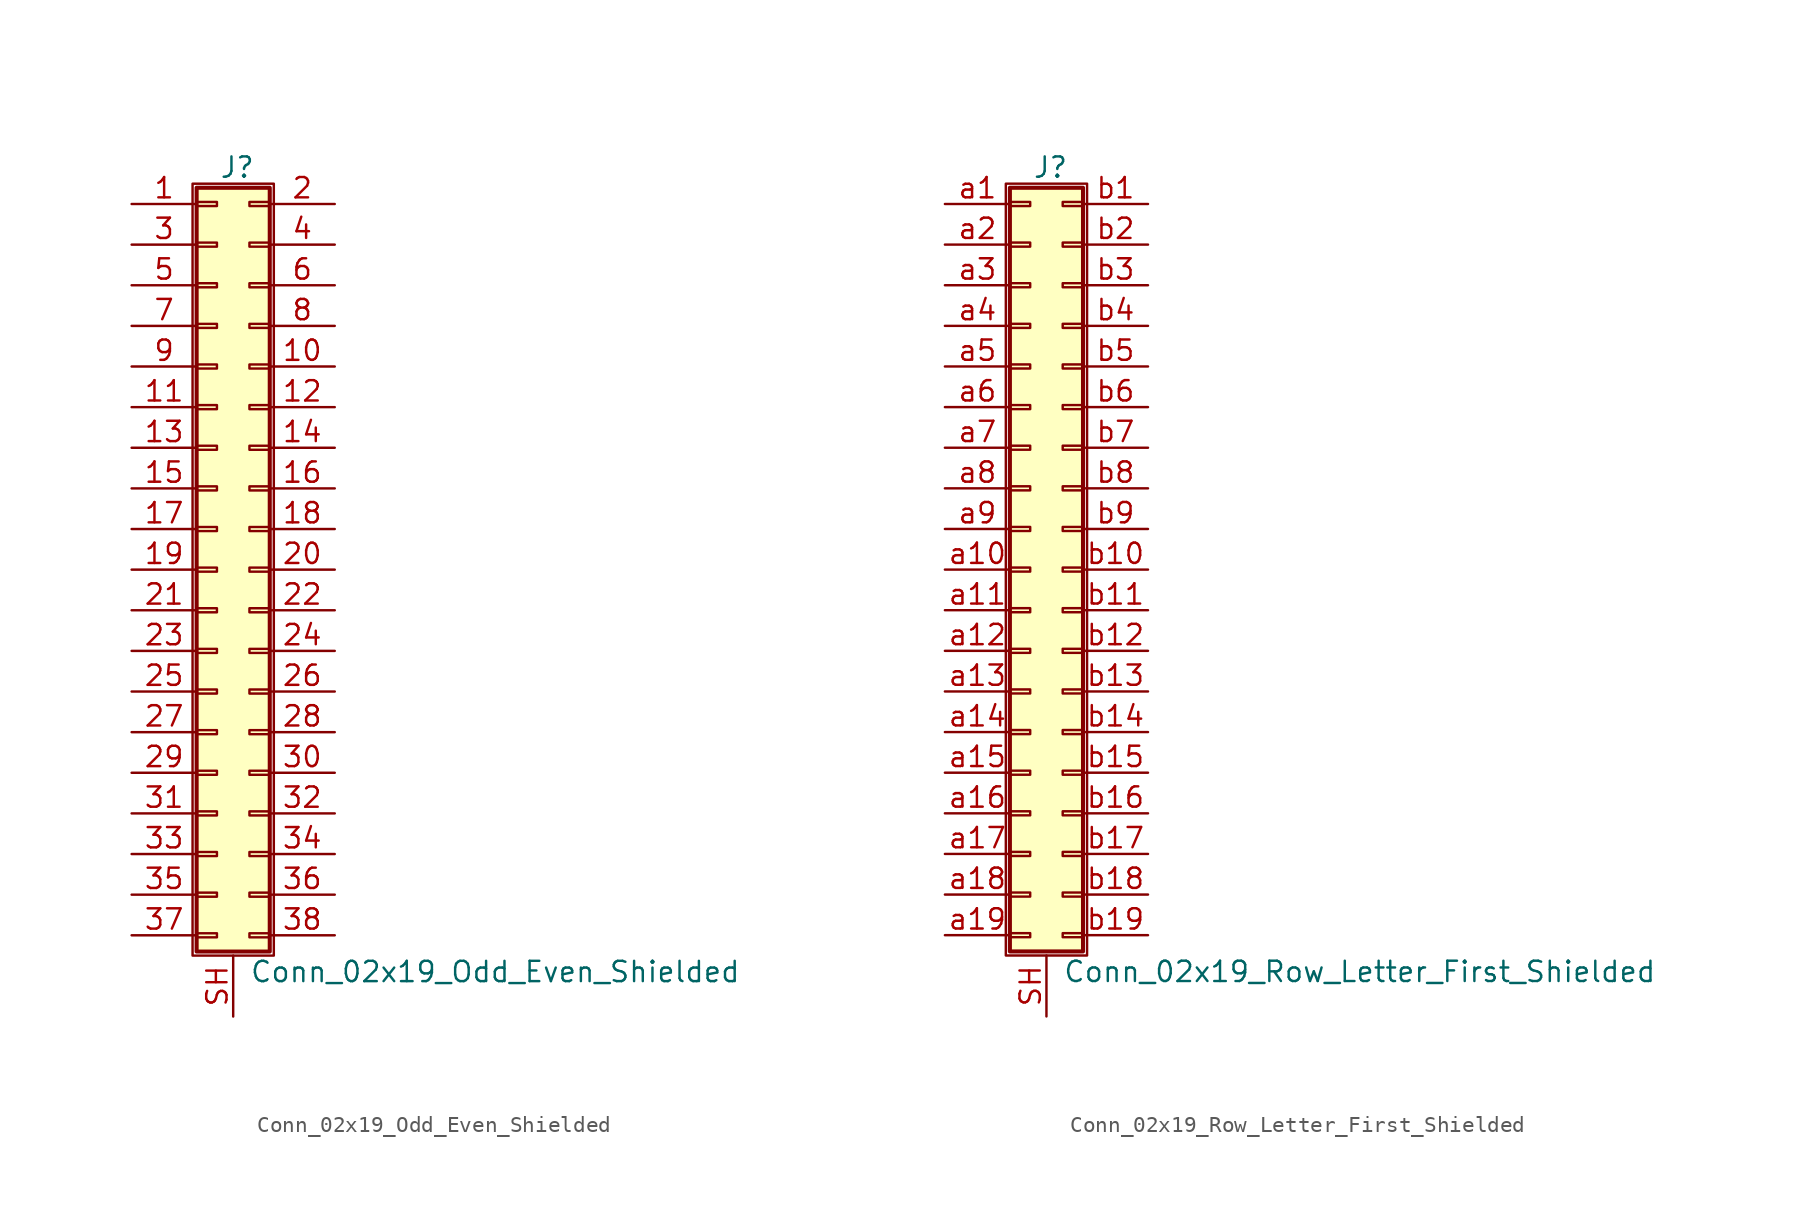
<source format=kicad_sym>
(kicad_symbol_lib
  (version 20211014)
  (generator kicad_symbol_editor)
  (symbol "Conn_02x19_Odd_Even_Shielded"
    (pin_names
      (offset 1.016) hide)
    (property "Reference" "J"
      (at 1.524 25.146 0)
      (effects (font (size 1.27 1.27))))
    (property "Value" "Conn_02x19_Odd_Even_Shielded"
      (at 2.286 -25.146 0)
      (effects (font (size 1.27 1.27)) (justify left)))
    (symbol "Conn_02x19_Odd_Even_Shielded_1_1"
      (rectangle (start -1.27 24.13) (end 3.81 -24.13) (stroke (width 0.152) (type default) (color 0 0 0 0)) (fill (type none)))
      (rectangle (start -1.016 -22.733) (end 0.254 -22.987) (stroke (width 0.152) (type default) (color 0 0 0 0)) (fill (type none)))
      (rectangle (start -1.016 -20.193) (end 0.254 -20.447) (stroke (width 0.152) (type default) (color 0 0 0 0)) (fill (type none)))
      (rectangle (start -1.016 -17.653) (end 0.254 -17.907) (stroke (width 0.152) (type default) (color 0 0 0 0)) (fill (type none)))
      (rectangle (start -1.016 -15.113) (end 0.254 -15.367) (stroke (width 0.152) (type default) (color 0 0 0 0)) (fill (type none)))
      (rectangle (start -1.016 -12.573) (end 0.254 -12.827) (stroke (width 0.152) (type default) (color 0 0 0 0)) (fill (type none)))
      (rectangle (start -1.016 -10.033) (end 0.254 -10.287) (stroke (width 0.152) (type default) (color 0 0 0 0)) (fill (type none)))
      (rectangle (start -1.016 -7.493) (end 0.254 -7.747) (stroke (width 0.152) (type default) (color 0 0 0 0)) (fill (type none)))
      (rectangle (start -1.016 -4.953) (end 0.254 -5.207) (stroke (width 0.152) (type default) (color 0 0 0 0)) (fill (type none)))
      (rectangle (start -1.016 -2.413) (end 0.254 -2.667) (stroke (width 0.152) (type default) (color 0 0 0 0)) (fill (type none)))
      (rectangle (start -1.016 0.127) (end 0.254 -0.127) (stroke (width 0.152) (type default) (color 0 0 0 0)) (fill (type none)))
      (rectangle (start -1.016 2.667) (end 0.254 2.413) (stroke (width 0.152) (type default) (color 0 0 0 0)) (fill (type none)))
      (rectangle (start -1.016 5.207) (end 0.254 4.953) (stroke (width 0.152) (type default) (color 0 0 0 0)) (fill (type none)))
      (rectangle (start -1.016 7.747) (end 0.254 7.493) (stroke (width 0.152) (type default) (color 0 0 0 0)) (fill (type none)))
      (rectangle (start -1.016 10.287) (end 0.254 10.033) (stroke (width 0.152) (type default) (color 0 0 0 0)) (fill (type none)))
      (rectangle (start -1.016 12.827) (end 0.254 12.573) (stroke (width 0.152) (type default) (color 0 0 0 0)) (fill (type none)))
      (rectangle (start -1.016 15.367) (end 0.254 15.113) (stroke (width 0.152) (type default) (color 0 0 0 0)) (fill (type none)))
      (rectangle (start -1.016 17.907) (end 0.254 17.653) (stroke (width 0.152) (type default) (color 0 0 0 0)) (fill (type none)))
      (rectangle (start -1.016 20.447) (end 0.254 20.193) (stroke (width 0.152) (type default) (color 0 0 0 0)) (fill (type none)))
      (rectangle (start -1.016 22.987) (end 0.254 22.733) (stroke (width 0.152) (type default) (color 0 0 0 0)) (fill (type none)))
      (rectangle (start -1.016 23.876) (end 3.556 -23.876) (stroke (width 0.254) (type default) (color 0 0 0 0)) (fill (type background)))
      (rectangle (start 3.556 -22.733) (end 2.286 -22.987) (stroke (width 0.152) (type default) (color 0 0 0 0)) (fill (type none)))
      (rectangle (start 3.556 -20.193) (end 2.286 -20.447) (stroke (width 0.152) (type default) (color 0 0 0 0)) (fill (type none)))
      (rectangle (start 3.556 -17.653) (end 2.286 -17.907) (stroke (width 0.152) (type default) (color 0 0 0 0)) (fill (type none)))
      (rectangle (start 3.556 -15.113) (end 2.286 -15.367) (stroke (width 0.152) (type default) (color 0 0 0 0)) (fill (type none)))
      (rectangle (start 3.556 -12.573) (end 2.286 -12.827) (stroke (width 0.152) (type default) (color 0 0 0 0)) (fill (type none)))
      (rectangle (start 3.556 -10.033) (end 2.286 -10.287) (stroke (width 0.152) (type default) (color 0 0 0 0)) (fill (type none)))
      (rectangle (start 3.556 -7.493) (end 2.286 -7.747) (stroke (width 0.152) (type default) (color 0 0 0 0)) (fill (type none)))
      (rectangle (start 3.556 -4.953) (end 2.286 -5.207) (stroke (width 0.152) (type default) (color 0 0 0 0)) (fill (type none)))
      (rectangle (start 3.556 -2.413) (end 2.286 -2.667) (stroke (width 0.152) (type default) (color 0 0 0 0)) (fill (type none)))
      (rectangle (start 3.556 0.127) (end 2.286 -0.127) (stroke (width 0.152) (type default) (color 0 0 0 0)) (fill (type none)))
      (rectangle (start 3.556 2.667) (end 2.286 2.413) (stroke (width 0.152) (type default) (color 0 0 0 0)) (fill (type none)))
      (rectangle (start 3.556 5.207) (end 2.286 4.953) (stroke (width 0.152) (type default) (color 0 0 0 0)) (fill (type none)))
      (rectangle (start 3.556 7.747) (end 2.286 7.493) (stroke (width 0.152) (type default) (color 0 0 0 0)) (fill (type none)))
      (rectangle (start 3.556 10.287) (end 2.286 10.033) (stroke (width 0.152) (type default) (color 0 0 0 0)) (fill (type none)))
      (rectangle (start 3.556 12.827) (end 2.286 12.573) (stroke (width 0.152) (type default) (color 0 0 0 0)) (fill (type none)))
      (rectangle (start 3.556 15.367) (end 2.286 15.113) (stroke (width 0.152) (type default) (color 0 0 0 0)) (fill (type none)))
      (rectangle (start 3.556 17.907) (end 2.286 17.653) (stroke (width 0.152) (type default) (color 0 0 0 0)) (fill (type none)))
      (rectangle (start 3.556 20.447) (end 2.286 20.193) (stroke (width 0.152) (type default) (color 0 0 0 0)) (fill (type none)))
      (rectangle (start 3.556 22.987) (end 2.286 22.733) (stroke (width 0.152) (type default) (color 0 0 0 0)) (fill (type none)))
      (pin passive line (at -5.08 22.86 0) (length 4.064) (name "Pin_1" (effects (font (size 1.27 1.27)))) (number "1" (effects (font (size 1.27 1.27)))))
      (pin passive line (at 7.62 12.7 180) (length 4.064) (name "Pin_10" (effects (font (size 1.27 1.27)))) (number "10" (effects (font (size 1.27 1.27)))))
      (pin passive line (at -5.08 10.16 0) (length 4.064) (name "Pin_11" (effects (font (size 1.27 1.27)))) (number "11" (effects (font (size 1.27 1.27)))))
      (pin passive line (at 7.62 10.16 180) (length 4.064) (name "Pin_12" (effects (font (size 1.27 1.27)))) (number "12" (effects (font (size 1.27 1.27)))))
      (pin passive line (at -5.08 7.62 0) (length 4.064) (name "Pin_13" (effects (font (size 1.27 1.27)))) (number "13" (effects (font (size 1.27 1.27)))))
      (pin passive line (at 7.62 7.62 180) (length 4.064) (name "Pin_14" (effects (font (size 1.27 1.27)))) (number "14" (effects (font (size 1.27 1.27)))))
      (pin passive line (at -5.08 5.08 0) (length 4.064) (name "Pin_15" (effects (font (size 1.27 1.27)))) (number "15" (effects (font (size 1.27 1.27)))))
      (pin passive line (at 7.62 5.08 180) (length 4.064) (name "Pin_16" (effects (font (size 1.27 1.27)))) (number "16" (effects (font (size 1.27 1.27)))))
      (pin passive line (at -5.08 2.54 0) (length 4.064) (name "Pin_17" (effects (font (size 1.27 1.27)))) (number "17" (effects (font (size 1.27 1.27)))))
      (pin passive line (at 7.62 2.54 180) (length 4.064) (name "Pin_18" (effects (font (size 1.27 1.27)))) (number "18" (effects (font (size 1.27 1.27)))))
      (pin passive line (at -5.08 0 0) (length 4.064) (name "Pin_19" (effects (font (size 1.27 1.27)))) (number "19" (effects (font (size 1.27 1.27)))))
      (pin passive line (at 7.62 22.86 180) (length 4.064) (name "Pin_2" (effects (font (size 1.27 1.27)))) (number "2" (effects (font (size 1.27 1.27)))))
      (pin passive line (at 7.62 0 180) (length 4.064) (name "Pin_20" (effects (font (size 1.27 1.27)))) (number "20" (effects (font (size 1.27 1.27)))))
      (pin passive line (at -5.08 -2.54 0) (length 4.064) (name "Pin_21" (effects (font (size 1.27 1.27)))) (number "21" (effects (font (size 1.27 1.27)))))
      (pin passive line (at 7.62 -2.54 180) (length 4.064) (name "Pin_22" (effects (font (size 1.27 1.27)))) (number "22" (effects (font (size 1.27 1.27)))))
      (pin passive line (at -5.08 -5.08 0) (length 4.064) (name "Pin_23" (effects (font (size 1.27 1.27)))) (number "23" (effects (font (size 1.27 1.27)))))
      (pin passive line (at 7.62 -5.08 180) (length 4.064) (name "Pin_24" (effects (font (size 1.27 1.27)))) (number "24" (effects (font (size 1.27 1.27)))))
      (pin passive line (at -5.08 -7.62 0) (length 4.064) (name "Pin_25" (effects (font (size 1.27 1.27)))) (number "25" (effects (font (size 1.27 1.27)))))
      (pin passive line (at 7.62 -7.62 180) (length 4.064) (name "Pin_26" (effects (font (size 1.27 1.27)))) (number "26" (effects (font (size 1.27 1.27)))))
      (pin passive line (at -5.08 -10.16 0) (length 4.064) (name "Pin_27" (effects (font (size 1.27 1.27)))) (number "27" (effects (font (size 1.27 1.27)))))
      (pin passive line (at 7.62 -10.16 180) (length 4.064) (name "Pin_28" (effects (font (size 1.27 1.27)))) (number "28" (effects (font (size 1.27 1.27)))))
      (pin passive line (at -5.08 -12.7 0) (length 4.064) (name "Pin_29" (effects (font (size 1.27 1.27)))) (number "29" (effects (font (size 1.27 1.27)))))
      (pin passive line (at -5.08 20.32 0) (length 4.064) (name "Pin_3" (effects (font (size 1.27 1.27)))) (number "3" (effects (font (size 1.27 1.27)))))
      (pin passive line (at 7.62 -12.7 180) (length 4.064) (name "Pin_30" (effects (font (size 1.27 1.27)))) (number "30" (effects (font (size 1.27 1.27)))))
      (pin passive line (at -5.08 -15.24 0) (length 4.064) (name "Pin_31" (effects (font (size 1.27 1.27)))) (number "31" (effects (font (size 1.27 1.27)))))
      (pin passive line (at 7.62 -15.24 180) (length 4.064) (name "Pin_32" (effects (font (size 1.27 1.27)))) (number "32" (effects (font (size 1.27 1.27)))))
      (pin passive line (at -5.08 -17.78 0) (length 4.064) (name "Pin_33" (effects (font (size 1.27 1.27)))) (number "33" (effects (font (size 1.27 1.27)))))
      (pin passive line (at 7.62 -17.78 180) (length 4.064) (name "Pin_34" (effects (font (size 1.27 1.27)))) (number "34" (effects (font (size 1.27 1.27)))))
      (pin passive line (at -5.08 -20.32 0) (length 4.064) (name "Pin_35" (effects (font (size 1.27 1.27)))) (number "35" (effects (font (size 1.27 1.27)))))
      (pin passive line (at 7.62 -20.32 180) (length 4.064) (name "Pin_36" (effects (font (size 1.27 1.27)))) (number "36" (effects (font (size 1.27 1.27)))))
      (pin passive line (at -5.08 -22.86 0) (length 4.064) (name "Pin_37" (effects (font (size 1.27 1.27)))) (number "37" (effects (font (size 1.27 1.27)))))
      (pin passive line (at 7.62 -22.86 180) (length 4.064) (name "Pin_38" (effects (font (size 1.27 1.27)))) (number "38" (effects (font (size 1.27 1.27)))))
      (pin passive line (at 7.62 20.32 180) (length 4.064) (name "Pin_4" (effects (font (size 1.27 1.27)))) (number "4" (effects (font (size 1.27 1.27)))))
      (pin passive line (at -5.08 17.78 0) (length 4.064) (name "Pin_5" (effects (font (size 1.27 1.27)))) (number "5" (effects (font (size 1.27 1.27)))))
      (pin passive line (at 7.62 17.78 180) (length 4.064) (name "Pin_6" (effects (font (size 1.27 1.27)))) (number "6" (effects (font (size 1.27 1.27)))))
      (pin passive line (at -5.08 15.24 0) (length 4.064) (name "Pin_7" (effects (font (size 1.27 1.27)))) (number "7" (effects (font (size 1.27 1.27)))))
      (pin passive line (at 7.62 15.24 180) (length 4.064) (name "Pin_8" (effects (font (size 1.27 1.27)))) (number "8" (effects (font (size 1.27 1.27)))))
      (pin passive line (at -5.08 12.7 0) (length 4.064) (name "Pin_9" (effects (font (size 1.27 1.27)))) (number "9" (effects (font (size 1.27 1.27)))))
      (pin passive line (at 1.27 -27.94 90) (length 3.81) (name "Shield" (effects (font (size 1.27 1.27)))) (number "SH" (effects (font (size 1.27 1.27)))))))
  (symbol "Conn_02x19_Row_Letter_First_Shielded"
    (pin_names
      (offset 1.016) hide)
    (property "Reference" "J"
      (at 1.524 25.146 0)
      (effects (font (size 1.27 1.27))))
    (property "Value" "Conn_02x19_Row_Letter_First_Shielded"
      (at 2.286 -25.146 0)
      (effects (font (size 1.27 1.27)) (justify left)))
    (symbol "Conn_02x19_Row_Letter_First_Shielded_1_1"
      (rectangle (start -1.27 24.13) (end 3.81 -24.13) (stroke (width 0.152) (type default) (color 0 0 0 0)) (fill (type none)))
      (rectangle (start -1.016 -22.733) (end 0.254 -22.987) (stroke (width 0.152) (type default) (color 0 0 0 0)) (fill (type none)))
      (rectangle (start -1.016 -20.193) (end 0.254 -20.447) (stroke (width 0.152) (type default) (color 0 0 0 0)) (fill (type none)))
      (rectangle (start -1.016 -17.653) (end 0.254 -17.907) (stroke (width 0.152) (type default) (color 0 0 0 0)) (fill (type none)))
      (rectangle (start -1.016 -15.113) (end 0.254 -15.367) (stroke (width 0.152) (type default) (color 0 0 0 0)) (fill (type none)))
      (rectangle (start -1.016 -12.573) (end 0.254 -12.827) (stroke (width 0.152) (type default) (color 0 0 0 0)) (fill (type none)))
      (rectangle (start -1.016 -10.033) (end 0.254 -10.287) (stroke (width 0.152) (type default) (color 0 0 0 0)) (fill (type none)))
      (rectangle (start -1.016 -7.493) (end 0.254 -7.747) (stroke (width 0.152) (type default) (color 0 0 0 0)) (fill (type none)))
      (rectangle (start -1.016 -4.953) (end 0.254 -5.207) (stroke (width 0.152) (type default) (color 0 0 0 0)) (fill (type none)))
      (rectangle (start -1.016 -2.413) (end 0.254 -2.667) (stroke (width 0.152) (type default) (color 0 0 0 0)) (fill (type none)))
      (rectangle (start -1.016 0.127) (end 0.254 -0.127) (stroke (width 0.152) (type default) (color 0 0 0 0)) (fill (type none)))
      (rectangle (start -1.016 2.667) (end 0.254 2.413) (stroke (width 0.152) (type default) (color 0 0 0 0)) (fill (type none)))
      (rectangle (start -1.016 5.207) (end 0.254 4.953) (stroke (width 0.152) (type default) (color 0 0 0 0)) (fill (type none)))
      (rectangle (start -1.016 7.747) (end 0.254 7.493) (stroke (width 0.152) (type default) (color 0 0 0 0)) (fill (type none)))
      (rectangle (start -1.016 10.287) (end 0.254 10.033) (stroke (width 0.152) (type default) (color 0 0 0 0)) (fill (type none)))
      (rectangle (start -1.016 12.827) (end 0.254 12.573) (stroke (width 0.152) (type default) (color 0 0 0 0)) (fill (type none)))
      (rectangle (start -1.016 15.367) (end 0.254 15.113) (stroke (width 0.152) (type default) (color 0 0 0 0)) (fill (type none)))
      (rectangle (start -1.016 17.907) (end 0.254 17.653) (stroke (width 0.152) (type default) (color 0 0 0 0)) (fill (type none)))
      (rectangle (start -1.016 20.447) (end 0.254 20.193) (stroke (width 0.152) (type default) (color 0 0 0 0)) (fill (type none)))
      (rectangle (start -1.016 22.987) (end 0.254 22.733) (stroke (width 0.152) (type default) (color 0 0 0 0)) (fill (type none)))
      (rectangle (start -1.016 23.876) (end 3.556 -23.876) (stroke (width 0.254) (type default) (color 0 0 0 0)) (fill (type background)))
      (rectangle (start 3.556 -22.733) (end 2.286 -22.987) (stroke (width 0.152) (type default) (color 0 0 0 0)) (fill (type none)))
      (rectangle (start 3.556 -20.193) (end 2.286 -20.447) (stroke (width 0.152) (type default) (color 0 0 0 0)) (fill (type none)))
      (rectangle (start 3.556 -17.653) (end 2.286 -17.907) (stroke (width 0.152) (type default) (color 0 0 0 0)) (fill (type none)))
      (rectangle (start 3.556 -15.113) (end 2.286 -15.367) (stroke (width 0.152) (type default) (color 0 0 0 0)) (fill (type none)))
      (rectangle (start 3.556 -12.573) (end 2.286 -12.827) (stroke (width 0.152) (type default) (color 0 0 0 0)) (fill (type none)))
      (rectangle (start 3.556 -10.033) (end 2.286 -10.287) (stroke (width 0.152) (type default) (color 0 0 0 0)) (fill (type none)))
      (rectangle (start 3.556 -7.493) (end 2.286 -7.747) (stroke (width 0.152) (type default) (color 0 0 0 0)) (fill (type none)))
      (rectangle (start 3.556 -4.953) (end 2.286 -5.207) (stroke (width 0.152) (type default) (color 0 0 0 0)) (fill (type none)))
      (rectangle (start 3.556 -2.413) (end 2.286 -2.667) (stroke (width 0.152) (type default) (color 0 0 0 0)) (fill (type none)))
      (rectangle (start 3.556 0.127) (end 2.286 -0.127) (stroke (width 0.152) (type default) (color 0 0 0 0)) (fill (type none)))
      (rectangle (start 3.556 2.667) (end 2.286 2.413) (stroke (width 0.152) (type default) (color 0 0 0 0)) (fill (type none)))
      (rectangle (start 3.556 5.207) (end 2.286 4.953) (stroke (width 0.152) (type default) (color 0 0 0 0)) (fill (type none)))
      (rectangle (start 3.556 7.747) (end 2.286 7.493) (stroke (width 0.152) (type default) (color 0 0 0 0)) (fill (type none)))
      (rectangle (start 3.556 10.287) (end 2.286 10.033) (stroke (width 0.152) (type default) (color 0 0 0 0)) (fill (type none)))
      (rectangle (start 3.556 12.827) (end 2.286 12.573) (stroke (width 0.152) (type default) (color 0 0 0 0)) (fill (type none)))
      (rectangle (start 3.556 15.367) (end 2.286 15.113) (stroke (width 0.152) (type default) (color 0 0 0 0)) (fill (type none)))
      (rectangle (start 3.556 17.907) (end 2.286 17.653) (stroke (width 0.152) (type default) (color 0 0 0 0)) (fill (type none)))
      (rectangle (start 3.556 20.447) (end 2.286 20.193) (stroke (width 0.152) (type default) (color 0 0 0 0)) (fill (type none)))
      (rectangle (start 3.556 22.987) (end 2.286 22.733) (stroke (width 0.152) (type default) (color 0 0 0 0)) (fill (type none)))
      (pin passive line (at 1.27 -27.94 90) (length 3.81) (name "Shield" (effects (font (size 1.27 1.27)))) (number "SH" (effects (font (size 1.27 1.27)))))
      (pin passive line (at -5.08 22.86 0) (length 4.064) (name "Pin_a1" (effects (font (size 1.27 1.27)))) (number "a1" (effects (font (size 1.27 1.27)))))
      (pin passive line (at -5.08 0 0) (length 4.064) (name "Pin_a10" (effects (font (size 1.27 1.27)))) (number "a10" (effects (font (size 1.27 1.27)))))
      (pin passive line (at -5.08 -2.54 0) (length 4.064) (name "Pin_a11" (effects (font (size 1.27 1.27)))) (number "a11" (effects (font (size 1.27 1.27)))))
      (pin passive line (at -5.08 -5.08 0) (length 4.064) (name "Pin_a12" (effects (font (size 1.27 1.27)))) (number "a12" (effects (font (size 1.27 1.27)))))
      (pin passive line (at -5.08 -7.62 0) (length 4.064) (name "Pin_a13" (effects (font (size 1.27 1.27)))) (number "a13" (effects (font (size 1.27 1.27)))))
      (pin passive line (at -5.08 -10.16 0) (length 4.064) (name "Pin_a14" (effects (font (size 1.27 1.27)))) (number "a14" (effects (font (size 1.27 1.27)))))
      (pin passive line (at -5.08 -12.7 0) (length 4.064) (name "Pin_a15" (effects (font (size 1.27 1.27)))) (number "a15" (effects (font (size 1.27 1.27)))))
      (pin passive line (at -5.08 -15.24 0) (length 4.064) (name "Pin_a16" (effects (font (size 1.27 1.27)))) (number "a16" (effects (font (size 1.27 1.27)))))
      (pin passive line (at -5.08 -17.78 0) (length 4.064) (name "Pin_a17" (effects (font (size 1.27 1.27)))) (number "a17" (effects (font (size 1.27 1.27)))))
      (pin passive line (at -5.08 -20.32 0) (length 4.064) (name "Pin_a18" (effects (font (size 1.27 1.27)))) (number "a18" (effects (font (size 1.27 1.27)))))
      (pin passive line (at -5.08 -22.86 0) (length 4.064) (name "Pin_a19" (effects (font (size 1.27 1.27)))) (number "a19" (effects (font (size 1.27 1.27)))))
      (pin passive line (at -5.08 20.32 0) (length 4.064) (name "Pin_a2" (effects (font (size 1.27 1.27)))) (number "a2" (effects (font (size 1.27 1.27)))))
      (pin passive line (at -5.08 17.78 0) (length 4.064) (name "Pin_a3" (effects (font (size 1.27 1.27)))) (number "a3" (effects (font (size 1.27 1.27)))))
      (pin passive line (at -5.08 15.24 0) (length 4.064) (name "Pin_a4" (effects (font (size 1.27 1.27)))) (number "a4" (effects (font (size 1.27 1.27)))))
      (pin passive line (at -5.08 12.7 0) (length 4.064) (name "Pin_a5" (effects (font (size 1.27 1.27)))) (number "a5" (effects (font (size 1.27 1.27)))))
      (pin passive line (at -5.08 10.16 0) (length 4.064) (name "Pin_a6" (effects (font (size 1.27 1.27)))) (number "a6" (effects (font (size 1.27 1.27)))))
      (pin passive line (at -5.08 7.62 0) (length 4.064) (name "Pin_a7" (effects (font (size 1.27 1.27)))) (number "a7" (effects (font (size 1.27 1.27)))))
      (pin passive line (at -5.08 5.08 0) (length 4.064) (name "Pin_a8" (effects (font (size 1.27 1.27)))) (number "a8" (effects (font (size 1.27 1.27)))))
      (pin passive line (at -5.08 2.54 0) (length 4.064) (name "Pin_a9" (effects (font (size 1.27 1.27)))) (number "a9" (effects (font (size 1.27 1.27)))))
      (pin passive line (at 7.62 22.86 180) (length 4.064) (name "Pin_b1" (effects (font (size 1.27 1.27)))) (number "b1" (effects (font (size 1.27 1.27)))))
      (pin passive line (at 7.62 0 180) (length 4.064) (name "Pin_b10" (effects (font (size 1.27 1.27)))) (number "b10" (effects (font (size 1.27 1.27)))))
      (pin passive line (at 7.62 -2.54 180) (length 4.064) (name "Pin_b11" (effects (font (size 1.27 1.27)))) (number "b11" (effects (font (size 1.27 1.27)))))
      (pin passive line (at 7.62 -5.08 180) (length 4.064) (name "Pin_b12" (effects (font (size 1.27 1.27)))) (number "b12" (effects (font (size 1.27 1.27)))))
      (pin passive line (at 7.62 -7.62 180) (length 4.064) (name "Pin_b13" (effects (font (size 1.27 1.27)))) (number "b13" (effects (font (size 1.27 1.27)))))
      (pin passive line (at 7.62 -10.16 180) (length 4.064) (name "Pin_b14" (effects (font (size 1.27 1.27)))) (number "b14" (effects (font (size 1.27 1.27)))))
      (pin passive line (at 7.62 -12.7 180) (length 4.064) (name "Pin_b15" (effects (font (size 1.27 1.27)))) (number "b15" (effects (font (size 1.27 1.27)))))
      (pin passive line (at 7.62 -15.24 180) (length 4.064) (name "Pin_b16" (effects (font (size 1.27 1.27)))) (number "b16" (effects (font (size 1.27 1.27)))))
      (pin passive line (at 7.62 -17.78 180) (length 4.064) (name "Pin_b17" (effects (font (size 1.27 1.27)))) (number "b17" (effects (font (size 1.27 1.27)))))
      (pin passive line (at 7.62 -20.32 180) (length 4.064) (name "Pin_b18" (effects (font (size 1.27 1.27)))) (number "b18" (effects (font (size 1.27 1.27)))))
      (pin passive line (at 7.62 -22.86 180) (length 4.064) (name "Pin_b19" (effects (font (size 1.27 1.27)))) (number "b19" (effects (font (size 1.27 1.27)))))
      (pin passive line (at 7.62 20.32 180) (length 4.064) (name "Pin_b2" (effects (font (size 1.27 1.27)))) (number "b2" (effects (font (size 1.27 1.27)))))
      (pin passive line (at 7.62 17.78 180) (length 4.064) (name "Pin_b3" (effects (font (size 1.27 1.27)))) (number "b3" (effects (font (size 1.27 1.27)))))
      (pin passive line (at 7.62 15.24 180) (length 4.064) (name "Pin_b4" (effects (font (size 1.27 1.27)))) (number "b4" (effects (font (size 1.27 1.27)))))
      (pin passive line (at 7.62 12.7 180) (length 4.064) (name "Pin_b5" (effects (font (size 1.27 1.27)))) (number "b5" (effects (font (size 1.27 1.27)))))
      (pin passive line (at 7.62 10.16 180) (length 4.064) (name "Pin_b6" (effects (font (size 1.27 1.27)))) (number "b6" (effects (font (size 1.27 1.27)))))
      (pin passive line (at 7.62 7.62 180) (length 4.064) (name "Pin_b7" (effects (font (size 1.27 1.27)))) (number "b7" (effects (font (size 1.27 1.27)))))
      (pin passive line (at 7.62 5.08 180) (length 4.064) (name "Pin_b8" (effects (font (size 1.27 1.27)))) (number "b8" (effects (font (size 1.27 1.27)))))
      (pin passive line (at 7.62 2.54 180) (length 4.064) (name "Pin_b9" (effects (font (size 1.27 1.27)))) (number "b9" (effects (font (size 1.27 1.27))))))))
</source>
